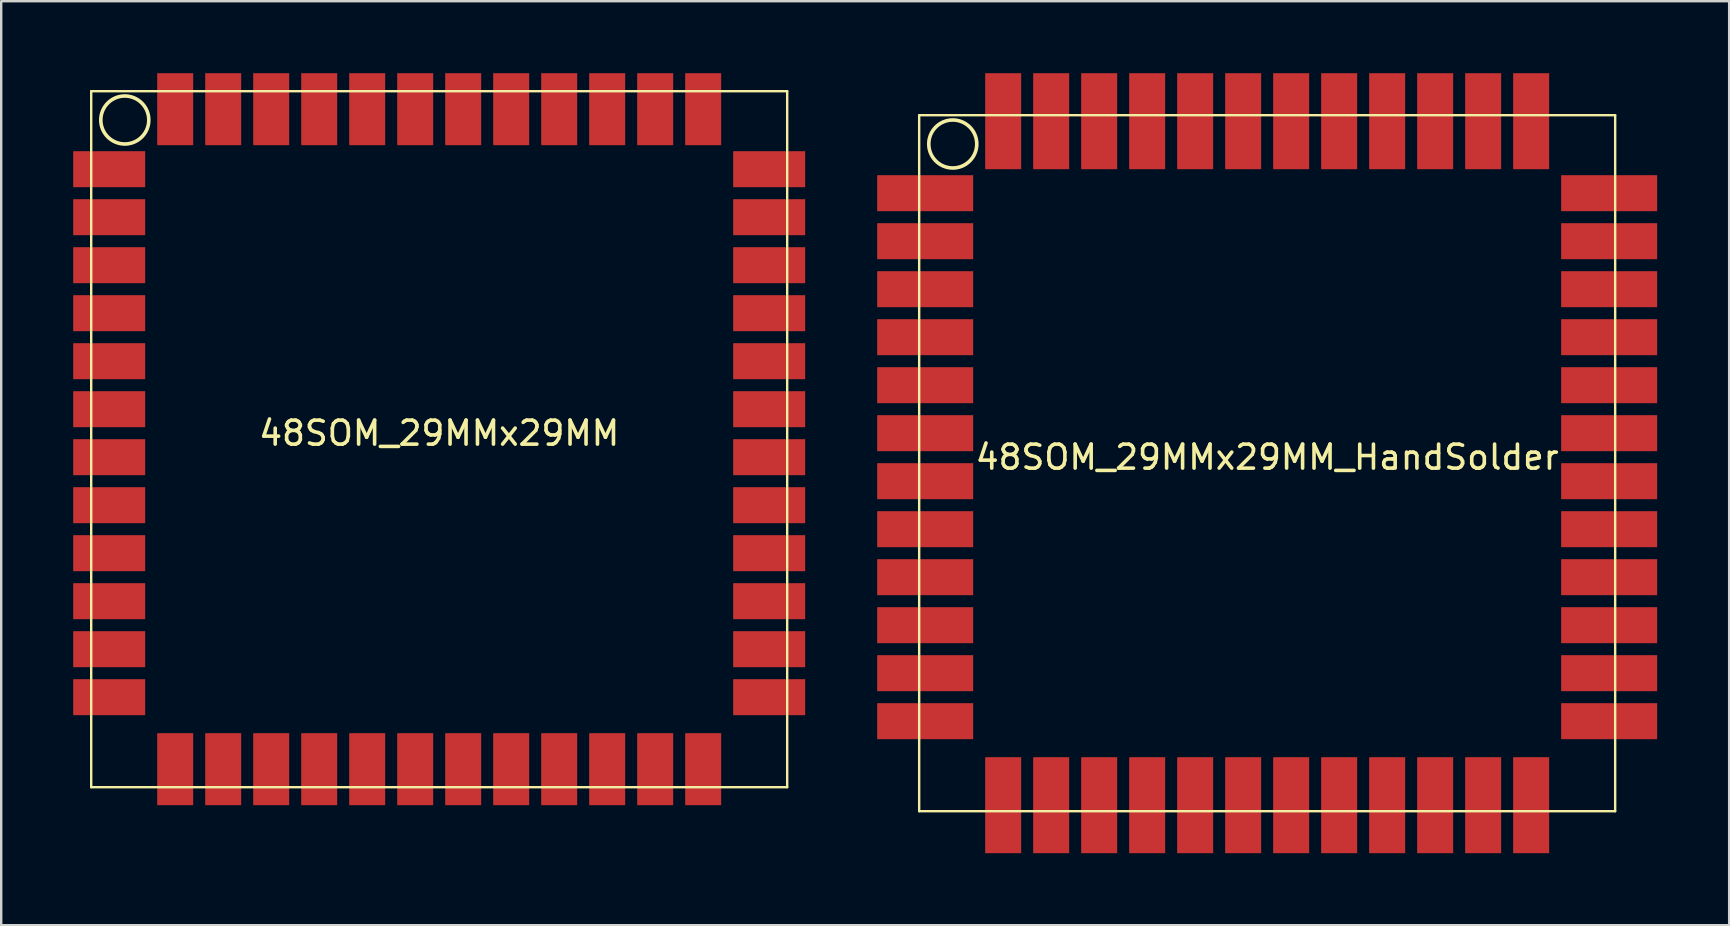
<source format=kicad_pcb>
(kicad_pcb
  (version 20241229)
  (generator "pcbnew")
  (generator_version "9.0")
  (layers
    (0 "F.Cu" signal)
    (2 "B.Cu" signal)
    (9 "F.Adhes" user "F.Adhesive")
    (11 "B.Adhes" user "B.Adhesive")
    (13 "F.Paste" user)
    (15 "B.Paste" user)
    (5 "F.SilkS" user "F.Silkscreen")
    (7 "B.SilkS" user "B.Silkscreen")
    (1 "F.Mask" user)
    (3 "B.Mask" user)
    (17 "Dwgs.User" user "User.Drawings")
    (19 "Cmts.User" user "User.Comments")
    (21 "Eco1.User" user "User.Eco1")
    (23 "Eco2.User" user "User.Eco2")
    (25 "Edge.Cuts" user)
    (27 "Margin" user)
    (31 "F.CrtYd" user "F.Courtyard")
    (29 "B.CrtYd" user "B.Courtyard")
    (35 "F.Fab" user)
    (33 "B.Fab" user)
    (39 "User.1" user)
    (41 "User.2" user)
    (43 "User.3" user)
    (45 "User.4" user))
  (footprint "48SOM_29MMx29MM"
    (layer "F.Cu")
    (at 0.75 0.75)
    (property "Reference" "48SOM_29MMx29MM" (at 14.5 14.25 0) (layer "F.SilkS") (effects (font (size 1 1) (thickness 0.15))))
    (attr through_hole)
    (fp_line (start 0 0) (end 29 0) (stroke (width 0.1) (type solid)) (layer "F.SilkS"))
    (fp_line (start 0 29) (end 0 0) (stroke (width 0.1) (type solid)) (layer "F.SilkS"))
    (fp_line (start 29 0) (end 29 29) (stroke (width 0.1) (type solid)) (layer "F.SilkS"))
    (fp_line (start 29 29) (end 0 29) (stroke (width 0.1) (type solid)) (layer "F.SilkS"))
    (fp_circle (center 1.4 1.2) (end 2.4 1.2) (stroke (width 0.15) (type solid)) (fill no) (layer "F.SilkS"))
    (pad "1" smd rect (at 0.75 3.25) (size 3 1.5) (layers "F.Cu" "F.Mask" "F.Paste"))
    (pad "2" smd rect (at 0.75 5.25) (size 3 1.5) (layers "F.Cu" "F.Mask" "F.Paste"))
    (pad "3" smd rect (at 0.75 7.25) (size 3 1.5) (layers "F.Cu" "F.Mask" "F.Paste"))
    (pad "4" smd rect (at 0.75 9.25) (size 3 1.5) (layers "F.Cu" "F.Mask" "F.Paste"))
    (pad "5" smd rect (at 0.75 11.25) (size 3 1.5) (layers "F.Cu" "F.Mask" "F.Paste"))
    (pad "6" smd rect (at 0.75 13.25) (size 3 1.5) (layers "F.Cu" "F.Mask" "F.Paste"))
    (pad "7" smd rect (at 0.75 15.25) (size 3 1.5) (layers "F.Cu" "F.Mask" "F.Paste"))
    (pad "8" smd rect (at 0.75 17.25) (size 3 1.5) (layers "F.Cu" "F.Mask" "F.Paste"))
    (pad "9" smd rect (at 0.75 19.25) (size 3 1.5) (layers "F.Cu" "F.Mask" "F.Paste"))
    (pad "10" smd rect (at 0.75 21.25) (size 3 1.5) (layers "F.Cu" "F.Mask" "F.Paste"))
    (pad "11" smd rect (at 0.75 23.25) (size 3 1.5) (layers "F.Cu" "F.Mask" "F.Paste"))
    (pad "12" smd rect (at 0.75 25.25) (size 3 1.5) (layers "F.Cu" "F.Mask" "F.Paste"))
    (pad "13" smd rect (at 3.5 28.25 270) (size 3 1.5) (layers "F.Cu" "F.Mask" "F.Paste"))
    (pad "14" smd rect (at 5.5 28.25 270) (size 3 1.5) (layers "F.Cu" "F.Mask" "F.Paste"))
    (pad "15" smd rect (at 7.5 28.25 270) (size 3 1.5) (layers "F.Cu" "F.Mask" "F.Paste"))
    (pad "16" smd rect (at 9.5 28.25 270) (size 3 1.5) (layers "F.Cu" "F.Mask" "F.Paste"))
    (pad "17" smd rect (at 11.5 28.25 270) (size 3 1.5) (layers "F.Cu" "F.Mask" "F.Paste"))
    (pad "18" smd rect (at 13.5 28.25 270) (size 3 1.5) (layers "F.Cu" "F.Mask" "F.Paste"))
    (pad "19" smd rect (at 15.5 28.25 270) (size 3 1.5) (layers "F.Cu" "F.Mask" "F.Paste"))
    (pad "20" smd rect (at 17.5 28.25 270) (size 3 1.5) (layers "F.Cu" "F.Mask" "F.Paste"))
    (pad "21" smd rect (at 19.5 28.25 270) (size 3 1.5) (layers "F.Cu" "F.Mask" "F.Paste"))
    (pad "22" smd rect (at 21.5 28.25 270) (size 3 1.5) (layers "F.Cu" "F.Mask" "F.Paste"))
    (pad "23" smd rect (at 23.5 28.25 270) (size 3 1.5) (layers "F.Cu" "F.Mask" "F.Paste"))
    (pad "24" smd rect (at 25.5 28.25 270) (size 3 1.5) (layers "F.Cu" "F.Mask" "F.Paste"))
    (pad "25" smd rect (at 28.25 25.25 180) (size 3 1.5) (layers "F.Cu" "F.Mask" "F.Paste"))
    (pad "26" smd rect (at 28.25 23.25 180) (size 3 1.5) (layers "F.Cu" "F.Mask" "F.Paste"))
    (pad "27" smd rect (at 28.25 21.25 180) (size 3 1.5) (layers "F.Cu" "F.Mask" "F.Paste"))
    (pad "28" smd rect (at 28.25 19.25 180) (size 3 1.5) (layers "F.Cu" "F.Mask" "F.Paste"))
    (pad "29" smd rect (at 28.25 17.25 180) (size 3 1.5) (layers "F.Cu" "F.Mask" "F.Paste"))
    (pad "30" smd rect (at 28.25 15.25 180) (size 3 1.5) (layers "F.Cu" "F.Mask" "F.Paste"))
    (pad "31" smd rect (at 28.25 13.25 180) (size 3 1.5) (layers "F.Cu" "F.Mask" "F.Paste"))
    (pad "32" smd rect (at 28.25 11.25 180) (size 3 1.5) (layers "F.Cu" "F.Mask" "F.Paste"))
    (pad "33" smd rect (at 28.25 9.25 180) (size 3 1.5) (layers "F.Cu" "F.Mask" "F.Paste"))
    (pad "34" smd rect (at 28.25 7.25 180) (size 3 1.5) (layers "F.Cu" "F.Mask" "F.Paste"))
    (pad "35" smd rect (at 28.25 5.25 180) (size 3 1.5) (layers "F.Cu" "F.Mask" "F.Paste"))
    (pad "36" smd rect (at 28.25 3.25 180) (size 3 1.5) (layers "F.Cu" "F.Mask" "F.Paste"))
    (pad "37" smd rect (at 25.5 0.75 270) (size 3 1.5) (layers "F.Cu" "F.Mask" "F.Paste"))
    (pad "38" smd rect (at 23.5 0.75 270) (size 3 1.5) (layers "F.Cu" "F.Mask" "F.Paste"))
    (pad "39" smd rect (at 21.5 0.75 270) (size 3 1.5) (layers "F.Cu" "F.Mask" "F.Paste"))
    (pad "40" smd rect (at 19.5 0.75 270) (size 3 1.5) (layers "F.Cu" "F.Mask" "F.Paste"))
    (pad "41" smd rect (at 17.5 0.75 270) (size 3 1.5) (layers "F.Cu" "F.Mask" "F.Paste"))
    (pad "42" smd rect (at 15.5 0.75 270) (size 3 1.5) (layers "F.Cu" "F.Mask" "F.Paste"))
    (pad "43" smd rect (at 13.5 0.75 270) (size 3 1.5) (layers "F.Cu" "F.Mask" "F.Paste"))
    (pad "44" smd rect (at 11.5 0.75 270) (size 3 1.5) (layers "F.Cu" "F.Mask" "F.Paste"))
    (pad "45" smd rect (at 9.5 0.75 270) (size 3 1.5) (layers "F.Cu" "F.Mask" "F.Paste"))
    (pad "46" smd rect (at 7.5 0.75 270) (size 3 1.5) (layers "F.Cu" "F.Mask" "F.Paste"))
    (pad "47" smd rect (at 5.5 0.75 270) (size 3 1.5) (layers "F.Cu" "F.Mask" "F.Paste"))
    (pad "48" smd rect (at 3.5 0.75 270) (size 3 1.5) (layers "F.Cu" "F.Mask" "F.Paste")))
  (footprint "48SOM_29MMx29MM_HandSolder"
    (layer "F.Cu")
    (at 35.25 1.75)
    (property "Reference" "48SOM_29MMx29MM_HandSolder" (at 14.5 14.25 0) (layer "F.SilkS") (effects (font (size 1 1) (thickness 0.15))))
    (attr through_hole)
    (fp_line (start 0 0) (end 29 0) (stroke (width 0.1) (type solid)) (layer "F.SilkS"))
    (fp_line (start 0 29) (end 0 0) (stroke (width 0.1) (type solid)) (layer "F.SilkS"))
    (fp_line (start 29 0) (end 29 29) (stroke (width 0.1) (type solid)) (layer "F.SilkS"))
    (fp_line (start 29 29) (end 0 29) (stroke (width 0.1) (type solid)) (layer "F.SilkS"))
    (fp_circle (center 1.4 1.2) (end 2.4 1.2) (stroke (width 0.15) (type solid)) (fill no) (layer "F.SilkS"))
    (pad "1" smd rect (at 0.25 3.25) (size 4 1.5) (layers "F.Cu" "F.Mask" "F.Paste"))
    (pad "2" smd rect (at 0.25 5.25) (size 4 1.5) (layers "F.Cu" "F.Mask" "F.Paste"))
    (pad "3" smd rect (at 0.25 7.25) (size 4 1.5) (layers "F.Cu" "F.Mask" "F.Paste"))
    (pad "4" smd rect (at 0.25 9.25) (size 4 1.5) (layers "F.Cu" "F.Mask" "F.Paste"))
    (pad "5" smd rect (at 0.25 11.25) (size 4 1.5) (layers "F.Cu" "F.Mask" "F.Paste"))
    (pad "6" smd rect (at 0.25 13.25) (size 4 1.5) (layers "F.Cu" "F.Mask" "F.Paste"))
    (pad "7" smd rect (at 0.25 15.25) (size 4 1.5) (layers "F.Cu" "F.Mask" "F.Paste"))
    (pad "8" smd rect (at 0.25 17.25) (size 4 1.5) (layers "F.Cu" "F.Mask" "F.Paste"))
    (pad "9" smd rect (at 0.25 19.25) (size 4 1.5) (layers "F.Cu" "F.Mask" "F.Paste"))
    (pad "10" smd rect (at 0.25 21.25) (size 4 1.5) (layers "F.Cu" "F.Mask" "F.Paste"))
    (pad "11" smd rect (at 0.25 23.25) (size 4 1.5) (layers "F.Cu" "F.Mask" "F.Paste"))
    (pad "12" smd rect (at 0.25 25.25) (size 4 1.5) (layers "F.Cu" "F.Mask" "F.Paste"))
    (pad "13" smd rect (at 3.5 28.75 270) (size 4 1.5) (layers "F.Cu" "F.Mask" "F.Paste"))
    (pad "14" smd rect (at 5.5 28.75 270) (size 4 1.5) (layers "F.Cu" "F.Mask" "F.Paste"))
    (pad "15" smd rect (at 7.5 28.75 270) (size 4 1.5) (layers "F.Cu" "F.Mask" "F.Paste"))
    (pad "16" smd rect (at 9.5 28.75 270) (size 4 1.5) (layers "F.Cu" "F.Mask" "F.Paste"))
    (pad "17" smd rect (at 11.5 28.75 270) (size 4 1.5) (layers "F.Cu" "F.Mask" "F.Paste"))
    (pad "18" smd rect (at 13.5 28.75 270) (size 4 1.5) (layers "F.Cu" "F.Mask" "F.Paste"))
    (pad "19" smd rect (at 15.5 28.75 270) (size 4 1.5) (layers "F.Cu" "F.Mask" "F.Paste"))
    (pad "20" smd rect (at 17.5 28.75 270) (size 4 1.5) (layers "F.Cu" "F.Mask" "F.Paste"))
    (pad "21" smd rect (at 19.5 28.75 270) (size 4 1.5) (layers "F.Cu" "F.Mask" "F.Paste"))
    (pad "22" smd rect (at 21.5 28.75 270) (size 4 1.5) (layers "F.Cu" "F.Mask" "F.Paste"))
    (pad "23" smd rect (at 23.5 28.75 270) (size 4 1.5) (layers "F.Cu" "F.Mask" "F.Paste"))
    (pad "24" smd rect (at 25.5 28.75 270) (size 4 1.5) (layers "F.Cu" "F.Mask" "F.Paste"))
    (pad "25" smd rect (at 28.75 25.25 180) (size 4 1.5) (layers "F.Cu" "F.Mask" "F.Paste"))
    (pad "26" smd rect (at 28.75 23.25 180) (size 4 1.5) (layers "F.Cu" "F.Mask" "F.Paste"))
    (pad "27" smd rect (at 28.75 21.25 180) (size 4 1.5) (layers "F.Cu" "F.Mask" "F.Paste"))
    (pad "28" smd rect (at 28.75 19.25 180) (size 4 1.5) (layers "F.Cu" "F.Mask" "F.Paste"))
    (pad "29" smd rect (at 28.75 17.25 180) (size 4 1.5) (layers "F.Cu" "F.Mask" "F.Paste"))
    (pad "30" smd rect (at 28.75 15.25 180) (size 4 1.5) (layers "F.Cu" "F.Mask" "F.Paste"))
    (pad "31" smd rect (at 28.75 13.25 180) (size 4 1.5) (layers "F.Cu" "F.Mask" "F.Paste"))
    (pad "32" smd rect (at 28.75 11.25 180) (size 4 1.5) (layers "F.Cu" "F.Mask" "F.Paste"))
    (pad "33" smd rect (at 28.75 9.25 180) (size 4 1.5) (layers "F.Cu" "F.Mask" "F.Paste"))
    (pad "34" smd rect (at 28.75 7.25 180) (size 4 1.5) (layers "F.Cu" "F.Mask" "F.Paste"))
    (pad "35" smd rect (at 28.75 5.25 180) (size 4 1.5) (layers "F.Cu" "F.Mask" "F.Paste"))
    (pad "36" smd rect (at 28.75 3.25 180) (size 4 1.5) (layers "F.Cu" "F.Mask" "F.Paste"))
    (pad "37" smd rect (at 25.5 0.25 270) (size 4 1.5) (layers "F.Cu" "F.Mask" "F.Paste"))
    (pad "38" smd rect (at 23.5 0.25 270) (size 4 1.5) (layers "F.Cu" "F.Mask" "F.Paste"))
    (pad "39" smd rect (at 21.5 0.25 270) (size 4 1.5) (layers "F.Cu" "F.Mask" "F.Paste"))
    (pad "40" smd rect (at 19.5 0.25 270) (size 4 1.5) (layers "F.Cu" "F.Mask" "F.Paste"))
    (pad "41" smd rect (at 17.5 0.25 270) (size 4 1.5) (layers "F.Cu" "F.Mask" "F.Paste"))
    (pad "42" smd rect (at 15.5 0.25 270) (size 4 1.5) (layers "F.Cu" "F.Mask" "F.Paste"))
    (pad "43" smd rect (at 13.5 0.25 270) (size 4 1.5) (layers "F.Cu" "F.Mask" "F.Paste"))
    (pad "44" smd rect (at 11.5 0.25 270) (size 4 1.5) (layers "F.Cu" "F.Mask" "F.Paste"))
    (pad "45" smd rect (at 9.5 0.25 270) (size 4 1.5) (layers "F.Cu" "F.Mask" "F.Paste"))
    (pad "46" smd rect (at 7.5 0.25 270) (size 4 1.5) (layers "F.Cu" "F.Mask" "F.Paste"))
    (pad "47" smd rect (at 5.5 0.25 270) (size 4 1.5) (layers "F.Cu" "F.Mask" "F.Paste"))
    (pad "48" smd rect (at 3.5 0.25 270) (size 4 1.5) (layers "F.Cu" "F.Mask" "F.Paste")))
  (gr_rect
    (start -3 -3)
    (end 69 35.5)
    (stroke (width 0.1) (type default))
    (fill no)
    (layer "Edge.Cuts")))
</source>
